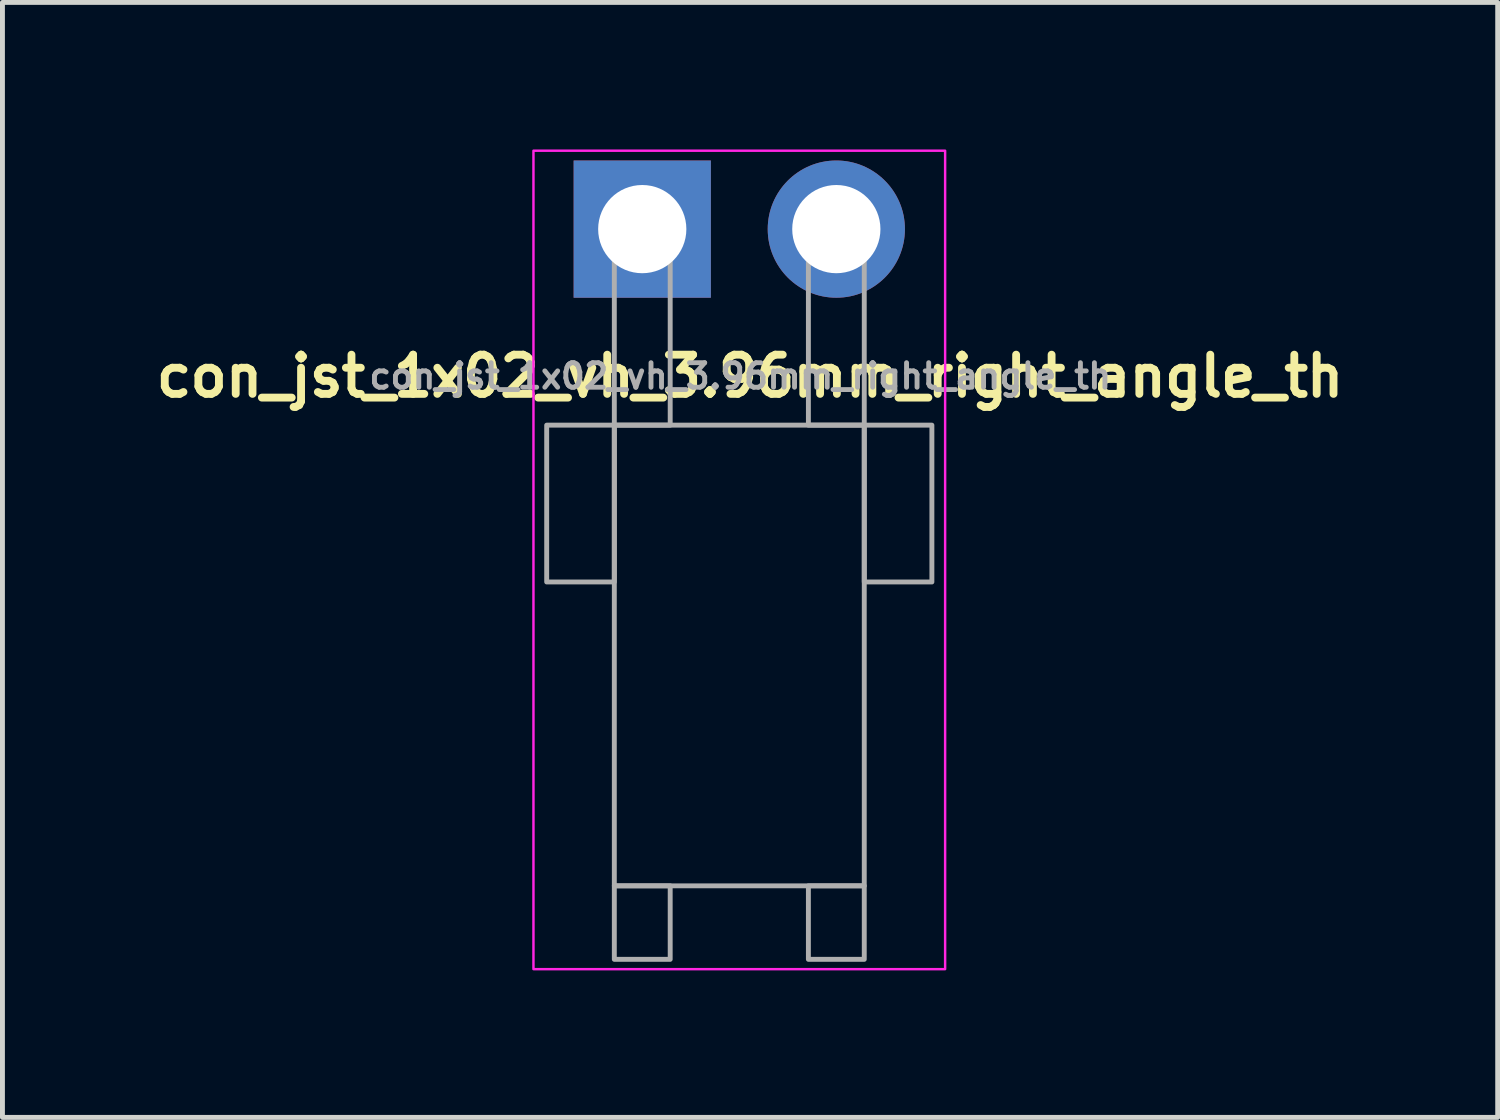
<source format=kicad_pcb>
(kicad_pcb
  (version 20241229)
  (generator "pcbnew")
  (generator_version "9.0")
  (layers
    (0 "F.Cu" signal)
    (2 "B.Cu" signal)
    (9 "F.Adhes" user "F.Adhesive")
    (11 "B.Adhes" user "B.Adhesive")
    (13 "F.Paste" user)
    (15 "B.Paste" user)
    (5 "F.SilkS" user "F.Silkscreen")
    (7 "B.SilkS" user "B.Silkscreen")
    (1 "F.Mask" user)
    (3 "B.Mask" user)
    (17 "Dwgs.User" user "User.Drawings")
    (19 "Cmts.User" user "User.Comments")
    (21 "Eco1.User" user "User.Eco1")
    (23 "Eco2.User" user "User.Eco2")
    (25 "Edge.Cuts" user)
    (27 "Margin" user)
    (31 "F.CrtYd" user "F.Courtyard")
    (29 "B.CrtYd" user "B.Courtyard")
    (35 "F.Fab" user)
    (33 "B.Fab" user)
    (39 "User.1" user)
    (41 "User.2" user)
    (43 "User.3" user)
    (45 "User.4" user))
  (footprint "con_jst_1x02_vh_3.96mm_right_angle_th"
    (layer "F.Cu")
    (at 10.055 1.625)
    (property "Reference" "con_jst_1x02_vh_3.96mm_right_angle_th" (at 2.2 3 0) (layer "F.SilkS") (effects (font (size 0.8 0.8) (thickness 0.16))))
    (attr through_hole exclude_from_pos_files)
    (fp_rect (start -2.22 -1.6) (end 6.18 15.1) (stroke (width 0.05) (type solid)) (fill no) (layer "F.CrtYd"))
    (fp_rect (start -1.95 4) (end -0.57 7.2) (stroke (width 0.1) (type solid)) (fill no) (layer "F.Fab"))
    (fp_rect (start -0.57 -0.6) (end 0.57 4) (stroke (width 0.1) (type solid)) (fill no) (layer "F.Fab"))
    (fp_rect (start -0.57 4) (end 4.53 13.4) (stroke (width 0.1) (type solid)) (fill no) (layer "F.Fab"))
    (fp_rect (start -0.57 13.4) (end 0.57 14.9) (stroke (width 0.1) (type solid)) (fill no) (layer "F.Fab"))
    (fp_rect (start 3.39 -0.6) (end 4.53 4) (stroke (width 0.1) (type solid)) (fill no) (layer "F.Fab"))
    (fp_rect (start 3.39 13.4) (end 4.53 14.9) (stroke (width 0.1) (type solid)) (fill no) (layer "F.Fab"))
    (fp_rect (start 4.53 4) (end 5.91 7.2) (stroke (width 0.1) (type solid)) (fill no) (layer "F.Fab"))
    (fp_text user "${REFERENCE}" (at 2 3 0) (layer "F.Fab") (effects (font (size 0.5 0.5) (thickness 0.1))))
    (pad "1" thru_hole rect (at 0 0) (size 2.8 2.8) (drill 1.8) (layers "*.Cu" "*.Mask"))
    (pad "2" thru_hole circle (at 3.96 0) (size 2.8 2.8) (drill 1.8) (layers "*.Cu" "*.Mask")))
  (gr_rect
    (start -3 -3)
    (end 27.51 19.75)
    (stroke (width 0.1) (type default))
    (fill no)
    (layer "Edge.Cuts")))
</source>
